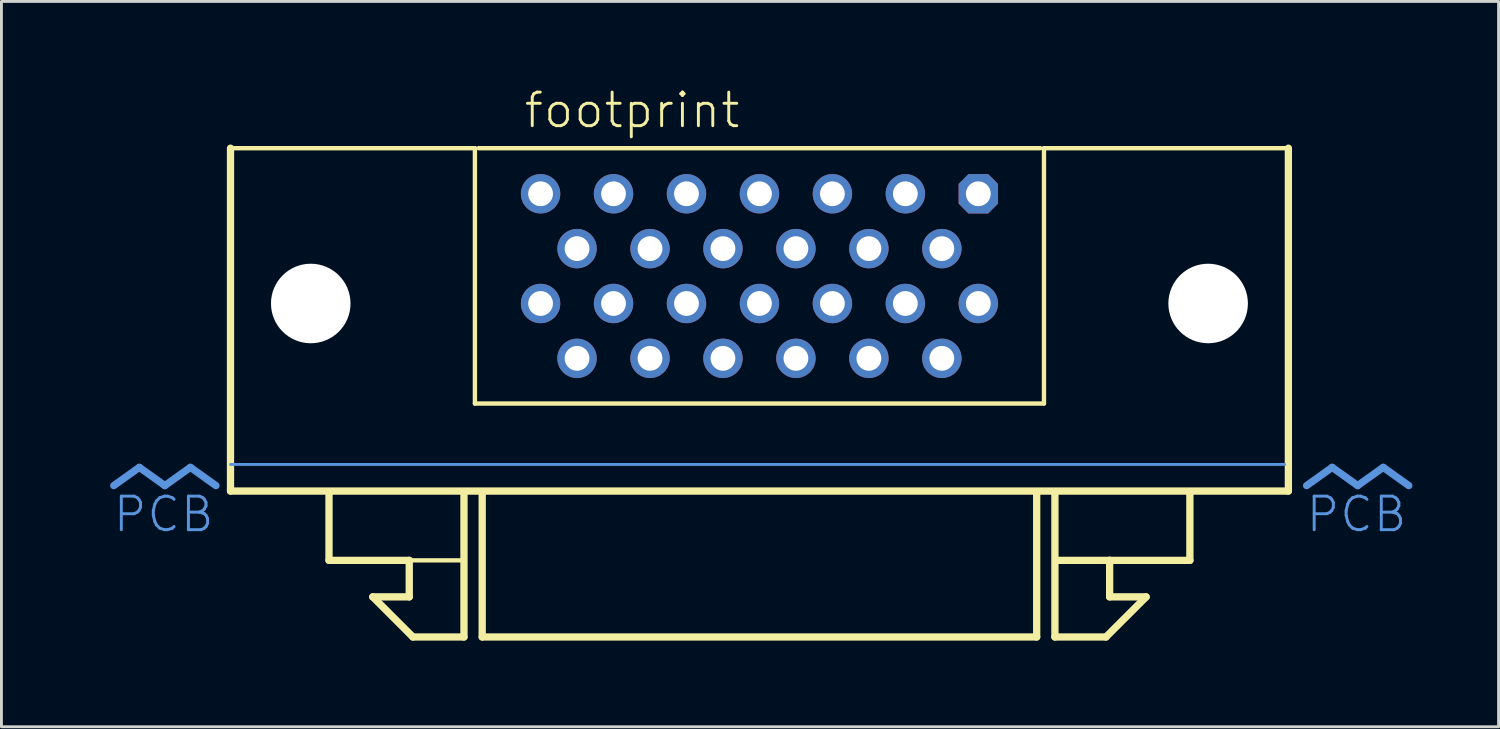
<source format=kicad_pcb>
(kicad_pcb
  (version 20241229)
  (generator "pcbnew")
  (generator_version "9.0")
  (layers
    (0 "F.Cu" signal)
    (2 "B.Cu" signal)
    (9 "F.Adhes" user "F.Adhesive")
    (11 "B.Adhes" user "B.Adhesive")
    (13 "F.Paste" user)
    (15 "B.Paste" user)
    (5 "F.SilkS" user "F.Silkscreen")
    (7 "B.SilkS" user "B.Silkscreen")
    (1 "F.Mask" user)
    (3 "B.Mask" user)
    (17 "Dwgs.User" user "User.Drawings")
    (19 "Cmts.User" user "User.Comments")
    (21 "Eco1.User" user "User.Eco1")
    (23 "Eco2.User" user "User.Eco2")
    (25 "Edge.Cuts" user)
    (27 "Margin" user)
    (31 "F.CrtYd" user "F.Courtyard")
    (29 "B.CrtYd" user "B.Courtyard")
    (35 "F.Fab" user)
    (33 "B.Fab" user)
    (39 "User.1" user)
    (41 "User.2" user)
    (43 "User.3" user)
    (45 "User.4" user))
  (footprint "footprint"
    (layer "F.Cu")
    (at 23.39 12.586)
    (property "Reference" "footprint" (at -8.255 -11.113 0) (layer "F.SilkS") (effects (font (size 1.168 1.168) (thickness 0.102)) (justify left bottom)))
    (fp_line (start -18.415 -10.477) (end -9.906 -10.477) (stroke (width 0.152) (type solid)) (layer "F.SilkS"))
    (fp_line (start -18.415 1.46) (end -18.415 -10.477) (stroke (width 0.254) (type solid)) (layer "F.SilkS"))
    (fp_line (start -14.986 3.873) (end -14.986 1.587) (stroke (width 0.254) (type solid)) (layer "F.SilkS"))
    (fp_line (start -13.462 5.144) (end -12.192 5.144) (stroke (width 0.254) (type solid)) (layer "F.SilkS"))
    (fp_line (start -12.192 3.873) (end -14.986 3.873) (stroke (width 0.254) (type solid)) (layer "F.SilkS"))
    (fp_line (start -12.192 3.873) (end -10.414 3.873) (stroke (width 0.152) (type solid)) (layer "F.SilkS"))
    (fp_line (start -12.192 5.144) (end -12.192 3.873) (stroke (width 0.254) (type solid)) (layer "F.SilkS"))
    (fp_line (start -12.065 6.54) (end -13.462 5.144) (stroke (width 0.254) (type solid)) (layer "F.SilkS"))
    (fp_line (start -10.287 1.587) (end -10.287 6.54) (stroke (width 0.254) (type solid)) (layer "F.SilkS"))
    (fp_line (start -10.287 6.54) (end -12.065 6.54) (stroke (width 0.254) (type solid)) (layer "F.SilkS"))
    (fp_line (start -9.906 -10.477) (end -9.906 -1.587) (stroke (width 0.152) (type solid)) (layer "F.SilkS"))
    (fp_line (start -9.906 -1.587) (end 9.906 -1.587) (stroke (width 0.152) (type solid)) (layer "F.SilkS"))
    (fp_line (start -9.779 -10.477) (end 9.779 -10.477) (stroke (width 0.152) (type solid)) (layer "F.SilkS"))
    (fp_line (start -9.652 6.54) (end -9.652 1.587) (stroke (width 0.254) (type solid)) (layer "F.SilkS"))
    (fp_line (start 9.652 1.587) (end 9.652 6.54) (stroke (width 0.254) (type solid)) (layer "F.SilkS"))
    (fp_line (start 9.652 6.54) (end -9.652 6.54) (stroke (width 0.254) (type solid)) (layer "F.SilkS"))
    (fp_line (start 9.906 -10.477) (end 18.415 -10.477) (stroke (width 0.152) (type solid)) (layer "F.SilkS"))
    (fp_line (start 9.906 -1.587) (end 9.906 -10.477) (stroke (width 0.152) (type solid)) (layer "F.SilkS"))
    (fp_line (start 10.287 1.587) (end 10.287 6.54) (stroke (width 0.254) (type solid)) (layer "F.SilkS"))
    (fp_line (start 10.287 6.54) (end 12.065 6.54) (stroke (width 0.254) (type solid)) (layer "F.SilkS"))
    (fp_line (start 12.065 6.54) (end 13.462 5.144) (stroke (width 0.254) (type solid)) (layer "F.SilkS"))
    (fp_line (start 12.192 3.873) (end 10.414 3.873) (stroke (width 0.254) (type solid)) (layer "F.SilkS"))
    (fp_line (start 12.192 3.873) (end 14.986 3.873) (stroke (width 0.254) (type solid)) (layer "F.SilkS"))
    (fp_line (start 12.192 5.144) (end 12.192 3.873) (stroke (width 0.254) (type solid)) (layer "F.SilkS"))
    (fp_line (start 13.462 5.144) (end 12.192 5.144) (stroke (width 0.254) (type solid)) (layer "F.SilkS"))
    (fp_line (start 14.986 3.873) (end 14.986 1.587) (stroke (width 0.254) (type solid)) (layer "F.SilkS"))
    (fp_line (start 18.415 -10.477) (end 18.415 1.46) (stroke (width 0.254) (type solid)) (layer "F.SilkS"))
    (fp_line (start 18.415 1.46) (end -18.415 1.46) (stroke (width 0.254) (type solid)) (layer "F.SilkS"))
    (fp_line (start -21.59 0.635) (end -22.479 1.27) (stroke (width 0.254) (type solid)) (layer "Cmts.User"))
    (fp_line (start -21.59 0.635) (end -20.701 1.27) (stroke (width 0.254) (type solid)) (layer "Cmts.User"))
    (fp_line (start -19.812 0.635) (end -20.701 1.27) (stroke (width 0.254) (type solid)) (layer "Cmts.User"))
    (fp_line (start -19.812 0.635) (end -18.923 1.27) (stroke (width 0.254) (type solid)) (layer "Cmts.User"))
    (fp_line (start -18.415 0.533) (end 18.288 0.533) (stroke (width 0.1) (type solid)) (layer "Cmts.User"))
    (fp_line (start 19.939 0.635) (end 19.05 1.27) (stroke (width 0.254) (type solid)) (layer "Cmts.User"))
    (fp_line (start 19.939 0.635) (end 20.828 1.27) (stroke (width 0.254) (type solid)) (layer "Cmts.User"))
    (fp_line (start 21.717 0.635) (end 20.828 1.27) (stroke (width 0.254) (type solid)) (layer "Cmts.User"))
    (fp_line (start 21.717 0.635) (end 22.606 1.27) (stroke (width 0.254) (type solid)) (layer "Cmts.User"))
    (fp_text user "PCB" (at 22.606 1.587 0) (layer "Cmts.User") (effects (font (size 1.168 1.168) (thickness 0.102)) (justify right top)))
    (fp_text user " PCB" (at -18.923 1.587 0) (layer "Cmts.User") (effects (font (size 1.168 1.168) (thickness 0.102)) (justify right top)))
    (pad "" np_thru_hole circle (at -15.621 -5.07) (size 2.769 2.769) (drill 2.769) (layers "*.Cu" "*.Mask"))
    (pad "" np_thru_hole circle (at 15.621 -5.07) (size 2.769 2.769) (drill 2.769) (layers "*.Cu" "*.Mask"))
    (pad "1" thru_hole roundrect (at 7.62 -8.89) (size 1.372 1.372) (drill 0.864) (layers "*.Cu" "*.Mask") (roundrect_rratio 0.25) (chamfer_ratio 0.25) (chamfer top_left top_right bottom_left bottom_right))
    (pad "2" thru_hole circle (at 6.35 -6.98) (size 1.372 1.372) (drill 0.864) (layers "*.Cu" "*.Mask"))
    (pad "3" thru_hole circle (at 5.08 -8.89) (size 1.372 1.372) (drill 0.864) (layers "*.Cu" "*.Mask"))
    (pad "4" thru_hole circle (at 3.81 -6.98) (size 1.372 1.372) (drill 0.864) (layers "*.Cu" "*.Mask"))
    (pad "5" thru_hole circle (at 2.54 -8.89) (size 1.372 1.372) (drill 0.864) (layers "*.Cu" "*.Mask"))
    (pad "6" thru_hole circle (at 1.27 -6.98) (size 1.372 1.372) (drill 0.864) (layers "*.Cu" "*.Mask"))
    (pad "7" thru_hole circle (at 0 -8.89) (size 1.372 1.372) (drill 0.864) (layers "*.Cu" "*.Mask"))
    (pad "8" thru_hole circle (at -1.27 -6.98) (size 1.372 1.372) (drill 0.864) (layers "*.Cu" "*.Mask"))
    (pad "9" thru_hole circle (at -2.54 -8.89) (size 1.372 1.372) (drill 0.864) (layers "*.Cu" "*.Mask"))
    (pad "10" thru_hole circle (at -3.81 -6.98) (size 1.372 1.372) (drill 0.864) (layers "*.Cu" "*.Mask"))
    (pad "11" thru_hole circle (at -5.08 -8.89) (size 1.372 1.372) (drill 0.864) (layers "*.Cu" "*.Mask"))
    (pad "12" thru_hole circle (at -6.35 -6.98) (size 1.372 1.372) (drill 0.864) (layers "*.Cu" "*.Mask"))
    (pad "13" thru_hole circle (at -7.62 -8.89) (size 1.372 1.372) (drill 0.864) (layers "*.Cu" "*.Mask"))
    (pad "14" thru_hole circle (at 7.62 -5.07) (size 1.372 1.372) (drill 0.864) (layers "*.Cu" "*.Mask"))
    (pad "15" thru_hole circle (at 6.35 -3.16) (size 1.372 1.372) (drill 0.864) (layers "*.Cu" "*.Mask"))
    (pad "16" thru_hole circle (at 5.08 -5.07) (size 1.372 1.372) (drill 0.864) (layers "*.Cu" "*.Mask"))
    (pad "17" thru_hole circle (at 3.81 -3.16) (size 1.372 1.372) (drill 0.864) (layers "*.Cu" "*.Mask"))
    (pad "18" thru_hole circle (at 2.54 -5.07) (size 1.372 1.372) (drill 0.864) (layers "*.Cu" "*.Mask"))
    (pad "19" thru_hole circle (at 1.27 -3.16) (size 1.372 1.372) (drill 0.864) (layers "*.Cu" "*.Mask"))
    (pad "20" thru_hole circle (at 0 -5.07) (size 1.372 1.372) (drill 0.864) (layers "*.Cu" "*.Mask"))
    (pad "21" thru_hole circle (at -1.27 -3.16) (size 1.372 1.372) (drill 0.864) (layers "*.Cu" "*.Mask"))
    (pad "22" thru_hole circle (at -2.54 -5.07) (size 1.372 1.372) (drill 0.864) (layers "*.Cu" "*.Mask"))
    (pad "23" thru_hole circle (at -3.81 -3.16) (size 1.372 1.372) (drill 0.864) (layers "*.Cu" "*.Mask"))
    (pad "24" thru_hole circle (at -5.08 -5.07) (size 1.372 1.372) (drill 0.864) (layers "*.Cu" "*.Mask"))
    (pad "25" thru_hole circle (at -6.35 -3.16) (size 1.372 1.372) (drill 0.864) (layers "*.Cu" "*.Mask"))
    (pad "26" thru_hole circle (at -7.62 -5.07) (size 1.372 1.372) (drill 0.864) (layers "*.Cu" "*.Mask")))
  (gr_rect
    (start -3 -3)
    (end 49.123 22.253)
    (stroke (width 0.1) (type default))
    (fill no)
    (layer "Edge.Cuts")))
</source>
